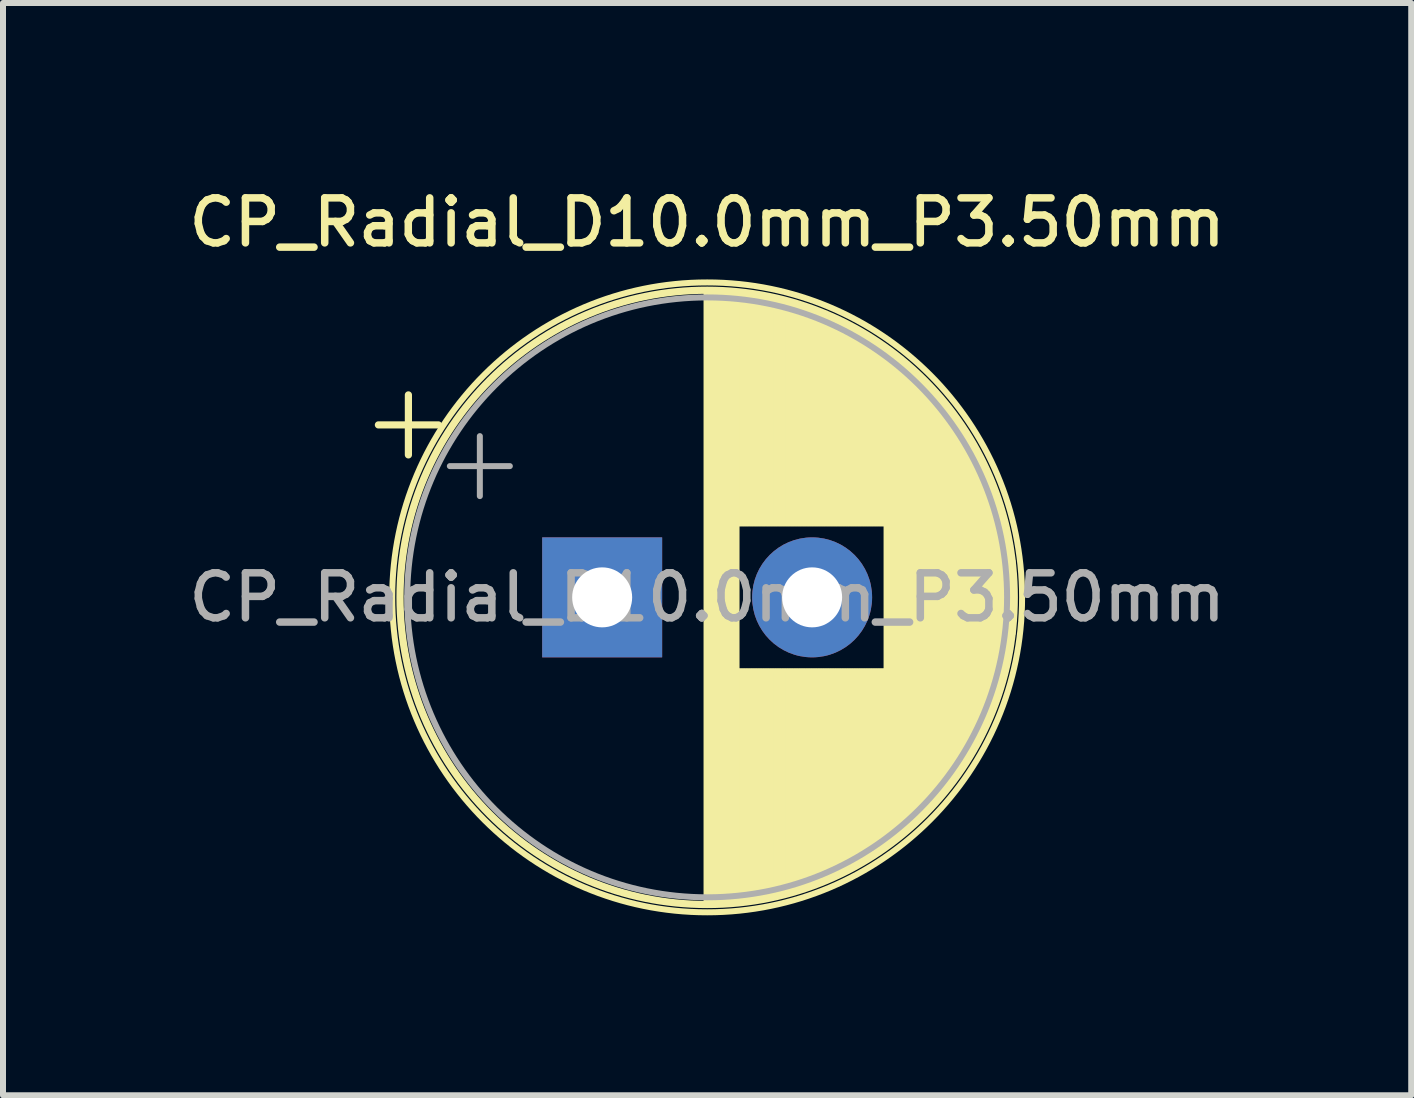
<source format=kicad_pcb>
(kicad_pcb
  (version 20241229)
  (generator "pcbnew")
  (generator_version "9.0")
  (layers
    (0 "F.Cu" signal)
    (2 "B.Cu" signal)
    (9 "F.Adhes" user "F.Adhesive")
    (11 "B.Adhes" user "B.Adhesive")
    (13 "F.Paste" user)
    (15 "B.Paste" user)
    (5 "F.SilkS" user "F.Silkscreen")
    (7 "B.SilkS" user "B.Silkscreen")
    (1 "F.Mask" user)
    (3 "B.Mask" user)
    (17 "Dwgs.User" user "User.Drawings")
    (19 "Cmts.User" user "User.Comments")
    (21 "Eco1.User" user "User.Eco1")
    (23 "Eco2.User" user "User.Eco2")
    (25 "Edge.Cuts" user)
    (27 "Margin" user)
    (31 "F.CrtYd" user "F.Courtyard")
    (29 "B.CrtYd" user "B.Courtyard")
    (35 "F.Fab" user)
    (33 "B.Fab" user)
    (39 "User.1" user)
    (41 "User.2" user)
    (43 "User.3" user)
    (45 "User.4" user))
  (footprint "CP_Radial_D10.0mm_P3.50mm"
    (layer "F.Cu")
    (at 6.988 6.908)
    (property "Reference" "CP_Radial_D10.0mm_P3.50mm" (at 1.75 -6.25 0) (layer "F.SilkS") (effects (font (size 0.75 0.75) (thickness 0.125))))
    (attr through_hole)
    (fp_line (start -3.73 -2.875) (end -2.73 -2.875) (stroke (width 0.12) (type solid)) (layer "F.SilkS"))
    (fp_line (start -3.23 -3.375) (end -3.23 -2.375) (stroke (width 0.12) (type solid)) (layer "F.SilkS"))
    (fp_line (start 1.75 -5.08) (end 1.75 5.08) (stroke (width 0.12) (type solid)) (layer "F.SilkS"))
    (fp_line (start 1.79 -5.08) (end 1.79 5.08) (stroke (width 0.12) (type solid)) (layer "F.SilkS"))
    (fp_line (start 1.83 -5.08) (end 1.83 5.08) (stroke (width 0.12) (type solid)) (layer "F.SilkS"))
    (fp_line (start 1.87 -5.079) (end 1.87 5.079) (stroke (width 0.12) (type solid)) (layer "F.SilkS"))
    (fp_line (start 1.91 -5.078) (end 1.91 5.078) (stroke (width 0.12) (type solid)) (layer "F.SilkS"))
    (fp_line (start 1.95 -5.077) (end 1.95 5.077) (stroke (width 0.12) (type solid)) (layer "F.SilkS"))
    (fp_line (start 1.99 -5.075) (end 1.99 5.075) (stroke (width 0.12) (type solid)) (layer "F.SilkS"))
    (fp_line (start 2.03 -5.073) (end 2.03 5.073) (stroke (width 0.12) (type solid)) (layer "F.SilkS"))
    (fp_line (start 2.07 -5.07) (end 2.07 5.07) (stroke (width 0.12) (type solid)) (layer "F.SilkS"))
    (fp_line (start 2.11 -5.068) (end 2.11 5.068) (stroke (width 0.12) (type solid)) (layer "F.SilkS"))
    (fp_line (start 2.15 -5.065) (end 2.15 5.065) (stroke (width 0.12) (type solid)) (layer "F.SilkS"))
    (fp_line (start 2.19 -5.062) (end 2.19 5.062) (stroke (width 0.12) (type solid)) (layer "F.SilkS"))
    (fp_line (start 2.23 -5.058) (end 2.23 5.058) (stroke (width 0.12) (type solid)) (layer "F.SilkS"))
    (fp_line (start 2.27 -5.054) (end 2.27 -1.241) (stroke (width 0.12) (type solid)) (layer "F.SilkS"))
    (fp_line (start 2.27 1.241) (end 2.27 5.054) (stroke (width 0.12) (type solid)) (layer "F.SilkS"))
    (fp_line (start 2.31 -5.05) (end 2.31 -1.241) (stroke (width 0.12) (type solid)) (layer "F.SilkS"))
    (fp_line (start 2.31 1.241) (end 2.31 5.05) (stroke (width 0.12) (type solid)) (layer "F.SilkS"))
    (fp_line (start 2.35 -5.045) (end 2.35 -1.241) (stroke (width 0.12) (type solid)) (layer "F.SilkS"))
    (fp_line (start 2.35 1.241) (end 2.35 5.045) (stroke (width 0.12) (type solid)) (layer "F.SilkS"))
    (fp_line (start 2.39 -5.04) (end 2.39 -1.241) (stroke (width 0.12) (type solid)) (layer "F.SilkS"))
    (fp_line (start 2.39 1.241) (end 2.39 5.04) (stroke (width 0.12) (type solid)) (layer "F.SilkS"))
    (fp_line (start 2.43 -5.035) (end 2.43 -1.241) (stroke (width 0.12) (type solid)) (layer "F.SilkS"))
    (fp_line (start 2.43 1.241) (end 2.43 5.035) (stroke (width 0.12) (type solid)) (layer "F.SilkS"))
    (fp_line (start 2.471 -5.03) (end 2.471 -1.241) (stroke (width 0.12) (type solid)) (layer "F.SilkS"))
    (fp_line (start 2.471 1.241) (end 2.471 5.03) (stroke (width 0.12) (type solid)) (layer "F.SilkS"))
    (fp_line (start 2.511 -5.024) (end 2.511 -1.241) (stroke (width 0.12) (type solid)) (layer "F.SilkS"))
    (fp_line (start 2.511 1.241) (end 2.511 5.024) (stroke (width 0.12) (type solid)) (layer "F.SilkS"))
    (fp_line (start 2.551 -5.018) (end 2.551 -1.241) (stroke (width 0.12) (type solid)) (layer "F.SilkS"))
    (fp_line (start 2.551 1.241) (end 2.551 5.018) (stroke (width 0.12) (type solid)) (layer "F.SilkS"))
    (fp_line (start 2.591 -5.011) (end 2.591 -1.241) (stroke (width 0.12) (type solid)) (layer "F.SilkS"))
    (fp_line (start 2.591 1.241) (end 2.591 5.011) (stroke (width 0.12) (type solid)) (layer "F.SilkS"))
    (fp_line (start 2.631 -5.004) (end 2.631 -1.241) (stroke (width 0.12) (type solid)) (layer "F.SilkS"))
    (fp_line (start 2.631 1.241) (end 2.631 5.004) (stroke (width 0.12) (type solid)) (layer "F.SilkS"))
    (fp_line (start 2.671 -4.997) (end 2.671 -1.241) (stroke (width 0.12) (type solid)) (layer "F.SilkS"))
    (fp_line (start 2.671 1.241) (end 2.671 4.997) (stroke (width 0.12) (type solid)) (layer "F.SilkS"))
    (fp_line (start 2.711 -4.99) (end 2.711 -1.241) (stroke (width 0.12) (type solid)) (layer "F.SilkS"))
    (fp_line (start 2.711 1.241) (end 2.711 4.99) (stroke (width 0.12) (type solid)) (layer "F.SilkS"))
    (fp_line (start 2.751 -4.982) (end 2.751 -1.241) (stroke (width 0.12) (type solid)) (layer "F.SilkS"))
    (fp_line (start 2.751 1.241) (end 2.751 4.982) (stroke (width 0.12) (type solid)) (layer "F.SilkS"))
    (fp_line (start 2.791 -4.974) (end 2.791 -1.241) (stroke (width 0.12) (type solid)) (layer "F.SilkS"))
    (fp_line (start 2.791 1.241) (end 2.791 4.974) (stroke (width 0.12) (type solid)) (layer "F.SilkS"))
    (fp_line (start 2.831 -4.965) (end 2.831 -1.241) (stroke (width 0.12) (type solid)) (layer "F.SilkS"))
    (fp_line (start 2.831 1.241) (end 2.831 4.965) (stroke (width 0.12) (type solid)) (layer "F.SilkS"))
    (fp_line (start 2.871 -4.956) (end 2.871 -1.241) (stroke (width 0.12) (type solid)) (layer "F.SilkS"))
    (fp_line (start 2.871 1.241) (end 2.871 4.956) (stroke (width 0.12) (type solid)) (layer "F.SilkS"))
    (fp_line (start 2.911 -4.947) (end 2.911 -1.241) (stroke (width 0.12) (type solid)) (layer "F.SilkS"))
    (fp_line (start 2.911 1.241) (end 2.911 4.947) (stroke (width 0.12) (type solid)) (layer "F.SilkS"))
    (fp_line (start 2.951 -4.938) (end 2.951 -1.241) (stroke (width 0.12) (type solid)) (layer "F.SilkS"))
    (fp_line (start 2.951 1.241) (end 2.951 4.938) (stroke (width 0.12) (type solid)) (layer "F.SilkS"))
    (fp_line (start 2.991 -4.928) (end 2.991 -1.241) (stroke (width 0.12) (type solid)) (layer "F.SilkS"))
    (fp_line (start 2.991 1.241) (end 2.991 4.928) (stroke (width 0.12) (type solid)) (layer "F.SilkS"))
    (fp_line (start 3.031 -4.918) (end 3.031 -1.241) (stroke (width 0.12) (type solid)) (layer "F.SilkS"))
    (fp_line (start 3.031 1.241) (end 3.031 4.918) (stroke (width 0.12) (type solid)) (layer "F.SilkS"))
    (fp_line (start 3.071 -4.907) (end 3.071 -1.241) (stroke (width 0.12) (type solid)) (layer "F.SilkS"))
    (fp_line (start 3.071 1.241) (end 3.071 4.907) (stroke (width 0.12) (type solid)) (layer "F.SilkS"))
    (fp_line (start 3.111 -4.897) (end 3.111 -1.241) (stroke (width 0.12) (type solid)) (layer "F.SilkS"))
    (fp_line (start 3.111 1.241) (end 3.111 4.897) (stroke (width 0.12) (type solid)) (layer "F.SilkS"))
    (fp_line (start 3.151 -4.885) (end 3.151 -1.241) (stroke (width 0.12) (type solid)) (layer "F.SilkS"))
    (fp_line (start 3.151 1.241) (end 3.151 4.885) (stroke (width 0.12) (type solid)) (layer "F.SilkS"))
    (fp_line (start 3.191 -4.874) (end 3.191 -1.241) (stroke (width 0.12) (type solid)) (layer "F.SilkS"))
    (fp_line (start 3.191 1.241) (end 3.191 4.874) (stroke (width 0.12) (type solid)) (layer "F.SilkS"))
    (fp_line (start 3.231 -4.862) (end 3.231 -1.241) (stroke (width 0.12) (type solid)) (layer "F.SilkS"))
    (fp_line (start 3.231 1.241) (end 3.231 4.862) (stroke (width 0.12) (type solid)) (layer "F.SilkS"))
    (fp_line (start 3.271 -4.85) (end 3.271 -1.241) (stroke (width 0.12) (type solid)) (layer "F.SilkS"))
    (fp_line (start 3.271 1.241) (end 3.271 4.85) (stroke (width 0.12) (type solid)) (layer "F.SilkS"))
    (fp_line (start 3.311 -4.837) (end 3.311 -1.241) (stroke (width 0.12) (type solid)) (layer "F.SilkS"))
    (fp_line (start 3.311 1.241) (end 3.311 4.837) (stroke (width 0.12) (type solid)) (layer "F.SilkS"))
    (fp_line (start 3.351 -4.824) (end 3.351 -1.241) (stroke (width 0.12) (type solid)) (layer "F.SilkS"))
    (fp_line (start 3.351 1.241) (end 3.351 4.824) (stroke (width 0.12) (type solid)) (layer "F.SilkS"))
    (fp_line (start 3.391 -4.811) (end 3.391 -1.241) (stroke (width 0.12) (type solid)) (layer "F.SilkS"))
    (fp_line (start 3.391 1.241) (end 3.391 4.811) (stroke (width 0.12) (type solid)) (layer "F.SilkS"))
    (fp_line (start 3.431 -4.797) (end 3.431 -1.241) (stroke (width 0.12) (type solid)) (layer "F.SilkS"))
    (fp_line (start 3.431 1.241) (end 3.431 4.797) (stroke (width 0.12) (type solid)) (layer "F.SilkS"))
    (fp_line (start 3.471 -4.783) (end 3.471 -1.241) (stroke (width 0.12) (type solid)) (layer "F.SilkS"))
    (fp_line (start 3.471 1.241) (end 3.471 4.783) (stroke (width 0.12) (type solid)) (layer "F.SilkS"))
    (fp_line (start 3.511 -4.768) (end 3.511 -1.241) (stroke (width 0.12) (type solid)) (layer "F.SilkS"))
    (fp_line (start 3.511 1.241) (end 3.511 4.768) (stroke (width 0.12) (type solid)) (layer "F.SilkS"))
    (fp_line (start 3.551 -4.754) (end 3.551 -1.241) (stroke (width 0.12) (type solid)) (layer "F.SilkS"))
    (fp_line (start 3.551 1.241) (end 3.551 4.754) (stroke (width 0.12) (type solid)) (layer "F.SilkS"))
    (fp_line (start 3.591 -4.738) (end 3.591 -1.241) (stroke (width 0.12) (type solid)) (layer "F.SilkS"))
    (fp_line (start 3.591 1.241) (end 3.591 4.738) (stroke (width 0.12) (type solid)) (layer "F.SilkS"))
    (fp_line (start 3.631 -4.723) (end 3.631 -1.241) (stroke (width 0.12) (type solid)) (layer "F.SilkS"))
    (fp_line (start 3.631 1.241) (end 3.631 4.723) (stroke (width 0.12) (type solid)) (layer "F.SilkS"))
    (fp_line (start 3.671 -4.707) (end 3.671 -1.241) (stroke (width 0.12) (type solid)) (layer "F.SilkS"))
    (fp_line (start 3.671 1.241) (end 3.671 4.707) (stroke (width 0.12) (type solid)) (layer "F.SilkS"))
    (fp_line (start 3.711 -4.69) (end 3.711 -1.241) (stroke (width 0.12) (type solid)) (layer "F.SilkS"))
    (fp_line (start 3.711 1.241) (end 3.711 4.69) (stroke (width 0.12) (type solid)) (layer "F.SilkS"))
    (fp_line (start 3.751 -4.674) (end 3.751 -1.241) (stroke (width 0.12) (type solid)) (layer "F.SilkS"))
    (fp_line (start 3.751 1.241) (end 3.751 4.674) (stroke (width 0.12) (type solid)) (layer "F.SilkS"))
    (fp_line (start 3.791 -4.657) (end 3.791 -1.241) (stroke (width 0.12) (type solid)) (layer "F.SilkS"))
    (fp_line (start 3.791 1.241) (end 3.791 4.657) (stroke (width 0.12) (type solid)) (layer "F.SilkS"))
    (fp_line (start 3.831 -4.639) (end 3.831 -1.241) (stroke (width 0.12) (type solid)) (layer "F.SilkS"))
    (fp_line (start 3.831 1.241) (end 3.831 4.639) (stroke (width 0.12) (type solid)) (layer "F.SilkS"))
    (fp_line (start 3.871 -4.621) (end 3.871 -1.241) (stroke (width 0.12) (type solid)) (layer "F.SilkS"))
    (fp_line (start 3.871 1.241) (end 3.871 4.621) (stroke (width 0.12) (type solid)) (layer "F.SilkS"))
    (fp_line (start 3.911 -4.603) (end 3.911 -1.241) (stroke (width 0.12) (type solid)) (layer "F.SilkS"))
    (fp_line (start 3.911 1.241) (end 3.911 4.603) (stroke (width 0.12) (type solid)) (layer "F.SilkS"))
    (fp_line (start 3.951 -4.584) (end 3.951 -1.241) (stroke (width 0.12) (type solid)) (layer "F.SilkS"))
    (fp_line (start 3.951 1.241) (end 3.951 4.584) (stroke (width 0.12) (type solid)) (layer "F.SilkS"))
    (fp_line (start 3.991 -4.564) (end 3.991 -1.241) (stroke (width 0.12) (type solid)) (layer "F.SilkS"))
    (fp_line (start 3.991 1.241) (end 3.991 4.564) (stroke (width 0.12) (type solid)) (layer "F.SilkS"))
    (fp_line (start 4.031 -4.545) (end 4.031 -1.241) (stroke (width 0.12) (type solid)) (layer "F.SilkS"))
    (fp_line (start 4.031 1.241) (end 4.031 4.545) (stroke (width 0.12) (type solid)) (layer "F.SilkS"))
    (fp_line (start 4.071 -4.525) (end 4.071 -1.241) (stroke (width 0.12) (type solid)) (layer "F.SilkS"))
    (fp_line (start 4.071 1.241) (end 4.071 4.525) (stroke (width 0.12) (type solid)) (layer "F.SilkS"))
    (fp_line (start 4.111 -4.504) (end 4.111 -1.241) (stroke (width 0.12) (type solid)) (layer "F.SilkS"))
    (fp_line (start 4.111 1.241) (end 4.111 4.504) (stroke (width 0.12) (type solid)) (layer "F.SilkS"))
    (fp_line (start 4.151 -4.483) (end 4.151 -1.241) (stroke (width 0.12) (type solid)) (layer "F.SilkS"))
    (fp_line (start 4.151 1.241) (end 4.151 4.483) (stroke (width 0.12) (type solid)) (layer "F.SilkS"))
    (fp_line (start 4.191 -4.462) (end 4.191 -1.241) (stroke (width 0.12) (type solid)) (layer "F.SilkS"))
    (fp_line (start 4.191 1.241) (end 4.191 4.462) (stroke (width 0.12) (type solid)) (layer "F.SilkS"))
    (fp_line (start 4.231 -4.44) (end 4.231 -1.241) (stroke (width 0.12) (type solid)) (layer "F.SilkS"))
    (fp_line (start 4.231 1.241) (end 4.231 4.44) (stroke (width 0.12) (type solid)) (layer "F.SilkS"))
    (fp_line (start 4.271 -4.417) (end 4.271 -1.241) (stroke (width 0.12) (type solid)) (layer "F.SilkS"))
    (fp_line (start 4.271 1.241) (end 4.271 4.417) (stroke (width 0.12) (type solid)) (layer "F.SilkS"))
    (fp_line (start 4.311 -4.395) (end 4.311 -1.241) (stroke (width 0.12) (type solid)) (layer "F.SilkS"))
    (fp_line (start 4.311 1.241) (end 4.311 4.395) (stroke (width 0.12) (type solid)) (layer "F.SilkS"))
    (fp_line (start 4.351 -4.371) (end 4.351 -1.241) (stroke (width 0.12) (type solid)) (layer "F.SilkS"))
    (fp_line (start 4.351 1.241) (end 4.351 4.371) (stroke (width 0.12) (type solid)) (layer "F.SilkS"))
    (fp_line (start 4.391 -4.347) (end 4.391 -1.241) (stroke (width 0.12) (type solid)) (layer "F.SilkS"))
    (fp_line (start 4.391 1.241) (end 4.391 4.347) (stroke (width 0.12) (type solid)) (layer "F.SilkS"))
    (fp_line (start 4.431 -4.323) (end 4.431 -1.241) (stroke (width 0.12) (type solid)) (layer "F.SilkS"))
    (fp_line (start 4.431 1.241) (end 4.431 4.323) (stroke (width 0.12) (type solid)) (layer "F.SilkS"))
    (fp_line (start 4.471 -4.298) (end 4.471 -1.241) (stroke (width 0.12) (type solid)) (layer "F.SilkS"))
    (fp_line (start 4.471 1.241) (end 4.471 4.298) (stroke (width 0.12) (type solid)) (layer "F.SilkS"))
    (fp_line (start 4.511 -4.273) (end 4.511 -1.241) (stroke (width 0.12) (type solid)) (layer "F.SilkS"))
    (fp_line (start 4.511 1.241) (end 4.511 4.273) (stroke (width 0.12) (type solid)) (layer "F.SilkS"))
    (fp_line (start 4.551 -4.247) (end 4.551 -1.241) (stroke (width 0.12) (type solid)) (layer "F.SilkS"))
    (fp_line (start 4.551 1.241) (end 4.551 4.247) (stroke (width 0.12) (type solid)) (layer "F.SilkS"))
    (fp_line (start 4.591 -4.221) (end 4.591 -1.241) (stroke (width 0.12) (type solid)) (layer "F.SilkS"))
    (fp_line (start 4.591 1.241) (end 4.591 4.221) (stroke (width 0.12) (type solid)) (layer "F.SilkS"))
    (fp_line (start 4.631 -4.194) (end 4.631 -1.241) (stroke (width 0.12) (type solid)) (layer "F.SilkS"))
    (fp_line (start 4.631 1.241) (end 4.631 4.194) (stroke (width 0.12) (type solid)) (layer "F.SilkS"))
    (fp_line (start 4.671 -4.166) (end 4.671 -1.241) (stroke (width 0.12) (type solid)) (layer "F.SilkS"))
    (fp_line (start 4.671 1.241) (end 4.671 4.166) (stroke (width 0.12) (type solid)) (layer "F.SilkS"))
    (fp_line (start 4.711 -4.138) (end 4.711 -1.241) (stroke (width 0.12) (type solid)) (layer "F.SilkS"))
    (fp_line (start 4.711 1.241) (end 4.711 4.138) (stroke (width 0.12) (type solid)) (layer "F.SilkS"))
    (fp_line (start 4.751 -4.11) (end 4.751 4.11) (stroke (width 0.12) (type solid)) (layer "F.SilkS"))
    (fp_line (start 4.791 -4.08) (end 4.791 4.08) (stroke (width 0.12) (type solid)) (layer "F.SilkS"))
    (fp_line (start 4.831 -4.05) (end 4.831 4.05) (stroke (width 0.12) (type solid)) (layer "F.SilkS"))
    (fp_line (start 4.871 -4.02) (end 4.871 4.02) (stroke (width 0.12) (type solid)) (layer "F.SilkS"))
    (fp_line (start 4.911 -3.989) (end 4.911 3.989) (stroke (width 0.12) (type solid)) (layer "F.SilkS"))
    (fp_line (start 4.951 -3.957) (end 4.951 3.957) (stroke (width 0.12) (type solid)) (layer "F.SilkS"))
    (fp_line (start 4.991 -3.925) (end 4.991 3.925) (stroke (width 0.12) (type solid)) (layer "F.SilkS"))
    (fp_line (start 5.031 -3.892) (end 5.031 3.892) (stroke (width 0.12) (type solid)) (layer "F.SilkS"))
    (fp_line (start 5.071 -3.858) (end 5.071 3.858) (stroke (width 0.12) (type solid)) (layer "F.SilkS"))
    (fp_line (start 5.111 -3.824) (end 5.111 3.824) (stroke (width 0.12) (type solid)) (layer "F.SilkS"))
    (fp_line (start 5.151 -3.789) (end 5.151 3.789) (stroke (width 0.12) (type solid)) (layer "F.SilkS"))
    (fp_line (start 5.191 -3.753) (end 5.191 3.753) (stroke (width 0.12) (type solid)) (layer "F.SilkS"))
    (fp_line (start 5.231 -3.716) (end 5.231 3.716) (stroke (width 0.12) (type solid)) (layer "F.SilkS"))
    (fp_line (start 5.271 -3.679) (end 5.271 3.679) (stroke (width 0.12) (type solid)) (layer "F.SilkS"))
    (fp_line (start 5.311 -3.64) (end 5.311 3.64) (stroke (width 0.12) (type solid)) (layer "F.SilkS"))
    (fp_line (start 5.351 -3.601) (end 5.351 3.601) (stroke (width 0.12) (type solid)) (layer "F.SilkS"))
    (fp_line (start 5.391 -3.561) (end 5.391 3.561) (stroke (width 0.12) (type solid)) (layer "F.SilkS"))
    (fp_line (start 5.431 -3.52) (end 5.431 3.52) (stroke (width 0.12) (type solid)) (layer "F.SilkS"))
    (fp_line (start 5.471 -3.478) (end 5.471 3.478) (stroke (width 0.12) (type solid)) (layer "F.SilkS"))
    (fp_line (start 5.511 -3.436) (end 5.511 3.436) (stroke (width 0.12) (type solid)) (layer "F.SilkS"))
    (fp_line (start 5.551 -3.392) (end 5.551 3.392) (stroke (width 0.12) (type solid)) (layer "F.SilkS"))
    (fp_line (start 5.591 -3.347) (end 5.591 3.347) (stroke (width 0.12) (type solid)) (layer "F.SilkS"))
    (fp_line (start 5.631 -3.301) (end 5.631 3.301) (stroke (width 0.12) (type solid)) (layer "F.SilkS"))
    (fp_line (start 5.671 -3.254) (end 5.671 3.254) (stroke (width 0.12) (type solid)) (layer "F.SilkS"))
    (fp_line (start 5.711 -3.206) (end 5.711 3.206) (stroke (width 0.12) (type solid)) (layer "F.SilkS"))
    (fp_line (start 5.751 -3.156) (end 5.751 3.156) (stroke (width 0.12) (type solid)) (layer "F.SilkS"))
    (fp_line (start 5.791 -3.106) (end 5.791 3.106) (stroke (width 0.12) (type solid)) (layer "F.SilkS"))
    (fp_line (start 5.831 -3.054) (end 5.831 3.054) (stroke (width 0.12) (type solid)) (layer "F.SilkS"))
    (fp_line (start 5.871 -3) (end 5.871 3) (stroke (width 0.12) (type solid)) (layer "F.SilkS"))
    (fp_line (start 5.911 -2.945) (end 5.911 2.945) (stroke (width 0.12) (type solid)) (layer "F.SilkS"))
    (fp_line (start 5.951 -2.889) (end 5.951 2.889) (stroke (width 0.12) (type solid)) (layer "F.SilkS"))
    (fp_line (start 5.991 -2.83) (end 5.991 2.83) (stroke (width 0.12) (type solid)) (layer "F.SilkS"))
    (fp_line (start 6.031 -2.77) (end 6.031 2.77) (stroke (width 0.12) (type solid)) (layer "F.SilkS"))
    (fp_line (start 6.071 -2.709) (end 6.071 2.709) (stroke (width 0.12) (type solid)) (layer "F.SilkS"))
    (fp_line (start 6.111 -2.645) (end 6.111 2.645) (stroke (width 0.12) (type solid)) (layer "F.SilkS"))
    (fp_line (start 6.151 -2.579) (end 6.151 2.579) (stroke (width 0.12) (type solid)) (layer "F.SilkS"))
    (fp_line (start 6.191 -2.51) (end 6.191 2.51) (stroke (width 0.12) (type solid)) (layer "F.SilkS"))
    (fp_line (start 6.231 -2.439) (end 6.231 2.439) (stroke (width 0.12) (type solid)) (layer "F.SilkS"))
    (fp_line (start 6.271 -2.365) (end 6.271 2.365) (stroke (width 0.12) (type solid)) (layer "F.SilkS"))
    (fp_line (start 6.311 -2.289) (end 6.311 2.289) (stroke (width 0.12) (type solid)) (layer "F.SilkS"))
    (fp_line (start 6.351 -2.209) (end 6.351 2.209) (stroke (width 0.12) (type solid)) (layer "F.SilkS"))
    (fp_line (start 6.391 -2.125) (end 6.391 2.125) (stroke (width 0.12) (type solid)) (layer "F.SilkS"))
    (fp_line (start 6.431 -2.037) (end 6.431 2.037) (stroke (width 0.12) (type solid)) (layer "F.SilkS"))
    (fp_line (start 6.471 -1.944) (end 6.471 1.944) (stroke (width 0.12) (type solid)) (layer "F.SilkS"))
    (fp_line (start 6.511 -1.846) (end 6.511 1.846) (stroke (width 0.12) (type solid)) (layer "F.SilkS"))
    (fp_line (start 6.551 -1.742) (end 6.551 1.742) (stroke (width 0.12) (type solid)) (layer "F.SilkS"))
    (fp_line (start 6.591 -1.63) (end 6.591 1.63) (stroke (width 0.12) (type solid)) (layer "F.SilkS"))
    (fp_line (start 6.631 -1.51) (end 6.631 1.51) (stroke (width 0.12) (type solid)) (layer "F.SilkS"))
    (fp_line (start 6.671 -1.378) (end 6.671 1.378) (stroke (width 0.12) (type solid)) (layer "F.SilkS"))
    (fp_line (start 6.711 -1.23) (end 6.711 1.23) (stroke (width 0.12) (type solid)) (layer "F.SilkS"))
    (fp_line (start 6.751 -1.062) (end 6.751 1.062) (stroke (width 0.12) (type solid)) (layer "F.SilkS"))
    (fp_line (start 6.791 -0.862) (end 6.791 0.862) (stroke (width 0.12) (type solid)) (layer "F.SilkS"))
    (fp_line (start 6.831 -0.599) (end 6.831 0.599) (stroke (width 0.12) (type solid)) (layer "F.SilkS"))
    (fp_circle (center 1.75 0) (end 6.87 0) (stroke (width 0.12) (type solid)) (fill no) (layer "F.SilkS"))
    (fp_circle (center 1.75 0) (end 7 0) (stroke (width 0.1) (type solid)) (fill no) (layer "F.SilkS"))
    (fp_line (start -2.539 -2.188) (end -1.539 -2.188) (stroke (width 0.1) (type solid)) (layer "F.Fab"))
    (fp_line (start -2.039 -2.688) (end -2.039 -1.688) (stroke (width 0.1) (type solid)) (layer "F.Fab"))
    (fp_circle (center 1.75 0) (end 6.75 0) (stroke (width 0.1) (type solid)) (fill no) (layer "F.Fab"))
    (fp_text user "${REFERENCE}" (at 1.75 0 0) (layer "F.Fab") (effects (font (size 0.75 0.75) (thickness 0.125))))
    (pad "1" thru_hole rect (at 0 0) (size 2 2) (drill 1) (layers "*.Cu" "*.Mask"))
    (pad "2" thru_hole circle (at 3.5 0) (size 2 2) (drill 1) (layers "*.Cu" "*.Mask")))
  (gr_rect
    (start -3 -3)
    (end 20.475 15.208)
    (stroke (width 0.1) (type default))
    (fill no)
    (layer "Edge.Cuts")))
</source>
